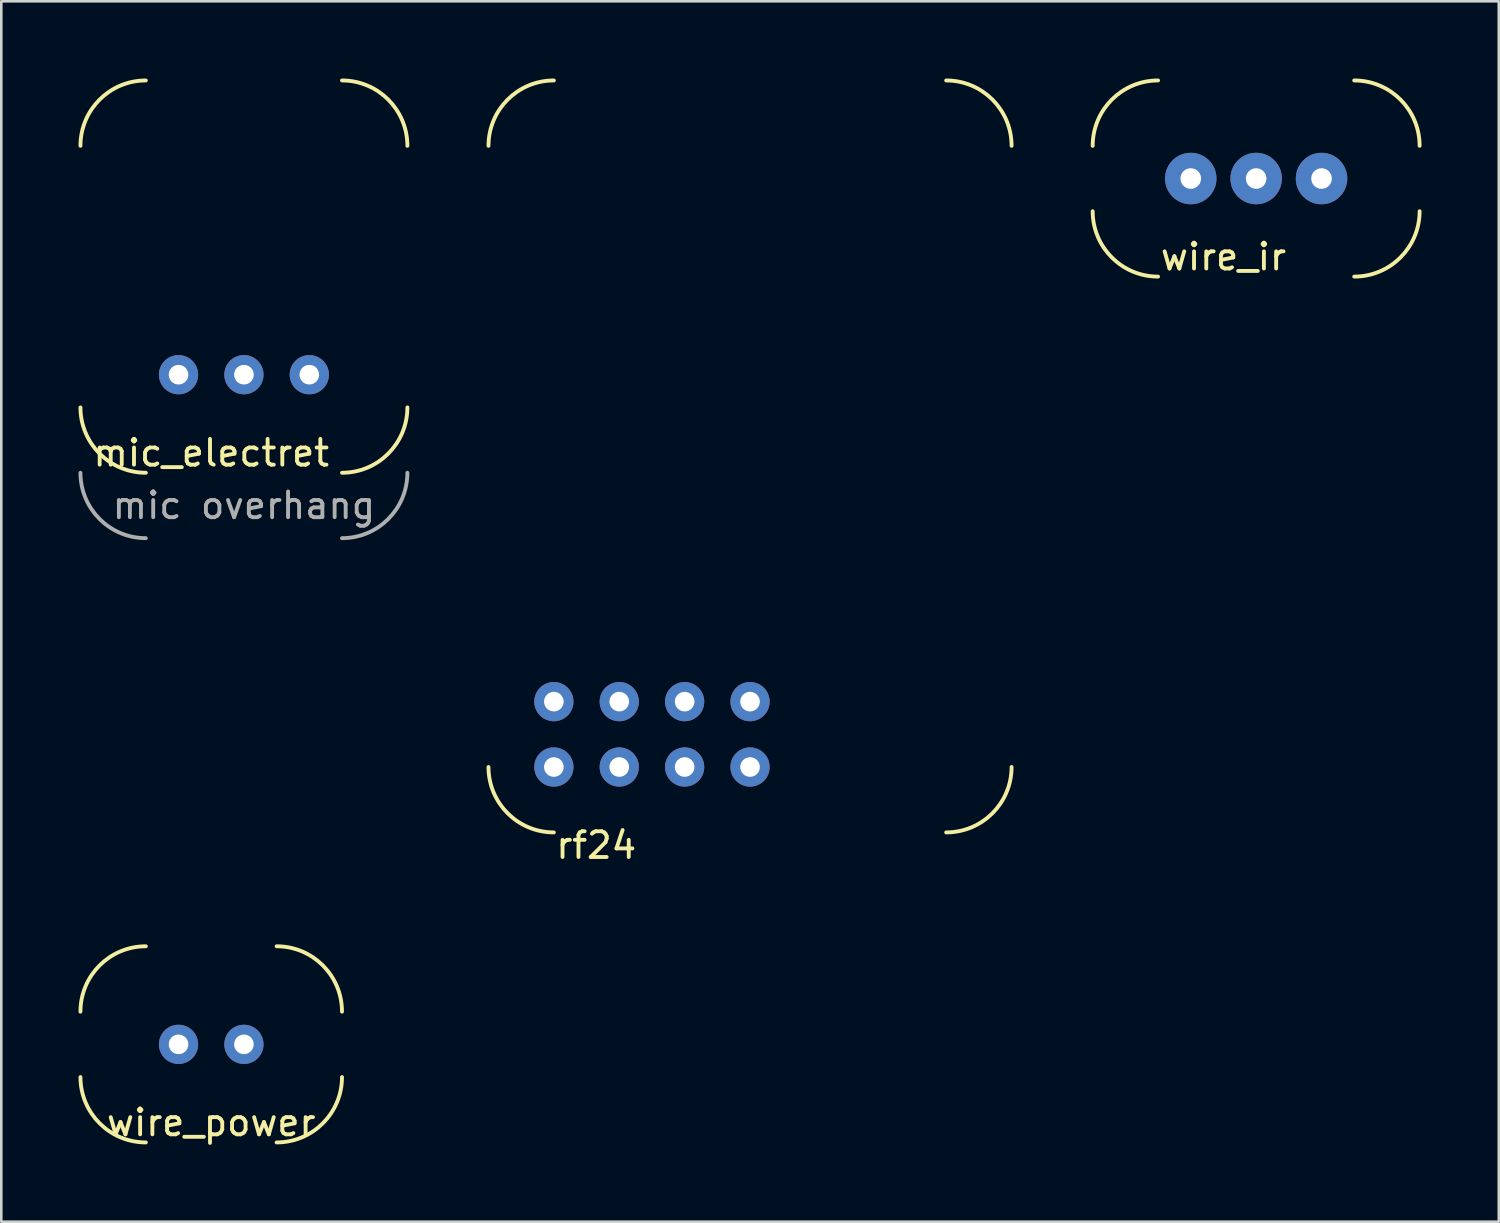
<source format=kicad_pcb>
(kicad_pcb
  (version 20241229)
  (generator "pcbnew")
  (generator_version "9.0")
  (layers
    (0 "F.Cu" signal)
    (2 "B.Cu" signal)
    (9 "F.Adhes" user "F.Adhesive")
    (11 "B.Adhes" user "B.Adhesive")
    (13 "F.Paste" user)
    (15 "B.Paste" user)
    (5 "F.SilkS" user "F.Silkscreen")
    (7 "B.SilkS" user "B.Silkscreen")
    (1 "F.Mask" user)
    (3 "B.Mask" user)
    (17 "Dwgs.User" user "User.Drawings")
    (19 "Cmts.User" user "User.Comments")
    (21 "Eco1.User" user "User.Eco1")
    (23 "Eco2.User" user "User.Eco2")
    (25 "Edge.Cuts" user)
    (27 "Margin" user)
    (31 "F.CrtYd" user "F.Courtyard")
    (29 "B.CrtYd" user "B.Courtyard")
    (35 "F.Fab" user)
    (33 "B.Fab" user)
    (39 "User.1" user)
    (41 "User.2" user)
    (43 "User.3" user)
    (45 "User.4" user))
  (footprint "mic_electret"
    (layer "F.Cu")
    (at 3.885 11.505)
    (property "Reference" "mic_electret" (at 1.27 3.04 0) (layer "F.SilkS") (effects (font (size 1 1) (thickness 0.15))))
    (attr through_hole)
    (fp_arc (start -3.81 -8.89) (mid -3.066051 -10.686051) (end -1.27 -11.43) (stroke (width 0.15) (type solid)) (layer "F.SilkS"))
    (fp_arc (start -1.27 3.81) (mid -3.066051 3.066051) (end -3.81 1.27) (stroke (width 0.15) (type solid)) (layer "F.SilkS"))
    (fp_arc (start 6.35 -11.43) (mid 8.146051 -10.686051) (end 8.89 -8.89) (stroke (width 0.15) (type solid)) (layer "F.SilkS"))
    (fp_arc (start 8.89 1.27) (mid 8.146051 3.066051) (end 6.35 3.81) (stroke (width 0.15) (type solid)) (layer "F.SilkS"))
    (fp_arc (start -1.27 6.35) (mid -3.066051 5.606051) (end -3.81 3.81) (stroke (width 0.15) (type solid)) (layer "F.Fab"))
    (fp_arc (start 8.89 3.81) (mid 8.146051 5.606051) (end 6.35 6.35) (stroke (width 0.15) (type solid)) (layer "F.Fab"))
    (fp_text user "mic overhang" (at 2.54 5.08 0) (layer "F.Fab") (effects (font (size 1 1) (thickness 0.15))))
    (pad "1" thru_hole circle (at 0 0) (size 1.524 1.524) (drill 0.762) (layers "*.Cu" "*.Mask"))
    (pad "2" thru_hole circle (at 2.54 0) (size 1.524 1.524) (drill 0.762) (layers "*.Cu" "*.Mask"))
    (pad "3" thru_hole circle (at 5.08 0) (size 1.524 1.524) (drill 0.762) (layers "*.Cu" "*.Mask")))
  (footprint "wire_ir"
    (layer "F.Cu")
    (at 43.205 3.885)
    (property "Reference" "wire_ir" (at 1.27 3.04 0) (layer "F.SilkS") (effects (font (size 1 1) (thickness 0.15))))
    (attr through_hole)
    (fp_arc (start -3.81 -1.27) (mid -3.066051 -3.066051) (end -1.27 -3.81) (stroke (width 0.15) (type solid)) (layer "F.SilkS"))
    (fp_arc (start -1.27 3.81) (mid -3.066051 3.066051) (end -3.81 1.27) (stroke (width 0.15) (type solid)) (layer "F.SilkS"))
    (fp_arc (start 6.35 -3.81) (mid 8.146051 -3.066051) (end 8.89 -1.27) (stroke (width 0.15) (type solid)) (layer "F.SilkS"))
    (fp_arc (start 8.89 1.27) (mid 8.146051 3.066051) (end 6.35 3.81) (stroke (width 0.15) (type solid)) (layer "F.SilkS"))
    (pad "1" thru_hole circle (at 0 0) (size 2 2) (drill 0.8) (layers "*.Cu" "*.Mask"))
    (pad "2" thru_hole circle (at 2.54 0) (size 2 2) (drill 0.8) (layers "*.Cu" "*.Mask"))
    (pad "3" thru_hole circle (at 5.08 0) (size 2 2) (drill 0.8) (layers "*.Cu" "*.Mask")))
  (footprint "wire_power"
    (layer "F.Cu")
    (at 3.885 37.518)
    (property "Reference" "wire_power" (at 1.27 3.04 0) (layer "F.SilkS") (effects (font (size 1 1) (thickness 0.15))))
    (attr through_hole)
    (fp_arc (start -3.81 -1.27) (mid -3.066051 -3.066051) (end -1.27 -3.81) (stroke (width 0.15) (type solid)) (layer "F.SilkS"))
    (fp_arc (start -1.27 3.81) (mid -3.066051 3.066051) (end -3.81 1.27) (stroke (width 0.15) (type solid)) (layer "F.SilkS"))
    (fp_arc (start 3.81 -3.81) (mid 5.606051 -3.066051) (end 6.35 -1.27) (stroke (width 0.15) (type solid)) (layer "F.SilkS"))
    (fp_arc (start 6.35 1.27) (mid 5.606051 3.066051) (end 3.81 3.81) (stroke (width 0.15) (type solid)) (layer "F.SilkS"))
    (pad "1" thru_hole circle (at 0 0) (size 1.524 1.524) (drill 0.762) (layers "*.Cu" "*.Mask"))
    (pad "2" thru_hole circle (at 2.54 0) (size 1.524 1.524) (drill 0.762) (layers "*.Cu" "*.Mask")))
  (footprint "rf24"
    (layer "F.Cu")
    (at 18.465 26.745)
    (property "Reference" "rf24" (at 0 3.04 0) (layer "F.SilkS") (effects (font (size 1 1) (thickness 0.15)) (justify left)))
    (attr through_hole)
    (fp_arc (start -2.54 -24.13) (mid -1.796051 -25.926051) (end 0 -26.67) (stroke (width 0.15) (type solid)) (layer "F.SilkS"))
    (fp_arc (start 0 2.54) (mid -1.796051 1.796051) (end -2.54 0) (stroke (width 0.15) (type solid)) (layer "F.SilkS"))
    (fp_arc (start 15.24 -26.67) (mid 17.036051 -25.926051) (end 17.78 -24.13) (stroke (width 0.15) (type solid)) (layer "F.SilkS"))
    (fp_arc (start 17.78 0) (mid 17.036051 1.796051) (end 15.24 2.54) (stroke (width 0.15) (type solid)) (layer "F.SilkS"))
    (pad "1" thru_hole circle (at 0 0) (size 1.524 1.524) (drill 0.762) (layers "*.Cu" "*.Mask"))
    (pad "2" thru_hole circle (at 2.54 0) (size 1.524 1.524) (drill 0.762) (layers "*.Cu" "*.Mask"))
    (pad "3" thru_hole circle (at 5.08 0) (size 1.524 1.524) (drill 0.762) (layers "*.Cu" "*.Mask"))
    (pad "4" thru_hole circle (at 7.62 0) (size 1.524 1.524) (drill 0.762) (layers "*.Cu" "*.Mask"))
    (pad "5" thru_hole circle (at 0 -2.54) (size 1.524 1.524) (drill 0.762) (layers "*.Cu" "*.Mask"))
    (pad "6" thru_hole circle (at 2.54 -2.54) (size 1.524 1.524) (drill 0.762) (layers "*.Cu" "*.Mask"))
    (pad "7" thru_hole circle (at 5.08 -2.54) (size 1.524 1.524) (drill 0.762) (layers "*.Cu" "*.Mask"))
    (pad "8" thru_hole circle (at 7.62 -2.54) (size 1.524 1.524) (drill 0.762) (layers "*.Cu" "*.Mask")))
  (gr_rect
    (start -3 -3)
    (end 55.17 44.407)
    (stroke (width 0.1) (type default))
    (fill no)
    (layer "Edge.Cuts")))
</source>
